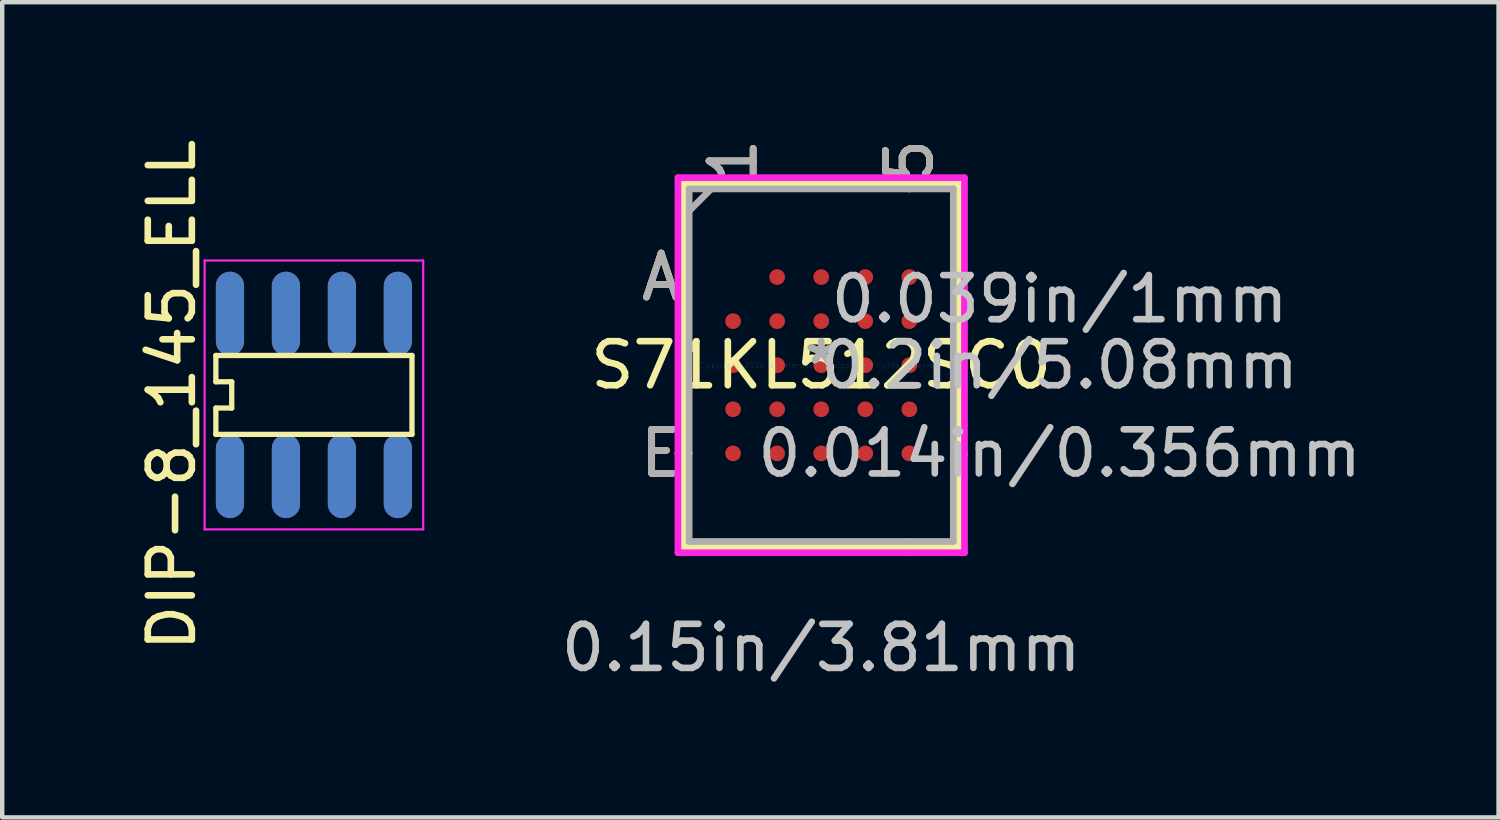
<source format=kicad_pcb>
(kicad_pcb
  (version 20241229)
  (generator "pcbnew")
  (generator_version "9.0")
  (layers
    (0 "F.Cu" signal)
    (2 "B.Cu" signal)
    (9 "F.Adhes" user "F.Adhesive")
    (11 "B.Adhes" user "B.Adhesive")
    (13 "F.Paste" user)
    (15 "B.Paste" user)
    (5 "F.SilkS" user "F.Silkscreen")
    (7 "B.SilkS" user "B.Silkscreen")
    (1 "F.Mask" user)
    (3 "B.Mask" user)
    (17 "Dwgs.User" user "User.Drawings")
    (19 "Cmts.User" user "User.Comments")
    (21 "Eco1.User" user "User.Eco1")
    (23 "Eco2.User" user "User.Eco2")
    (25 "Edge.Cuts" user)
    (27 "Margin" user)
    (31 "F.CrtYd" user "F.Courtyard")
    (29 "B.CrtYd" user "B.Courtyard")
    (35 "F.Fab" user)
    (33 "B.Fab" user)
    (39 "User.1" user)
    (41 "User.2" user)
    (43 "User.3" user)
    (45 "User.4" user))
  (footprint "S71KL512SC0"
    (layer "F.Cu")
    (at 15.584 5.237)
    (property "Reference" "S71KL512SC0" (at 0 0 0) (layer "F.SilkS") (effects (font (size 1 1) (thickness 0.15))))
    (attr through_hole)
    (fp_line (start -3.124 -4.128) (end -3.124 4.128) (stroke (width 0.152) (type solid)) (layer "F.SilkS"))
    (fp_line (start -3.124 4.128) (end 3.124 4.128) (stroke (width 0.152) (type solid)) (layer "F.SilkS"))
    (fp_line (start -2.997 2) (end -3.251 2) (stroke (width 0.152) (type solid)) (layer "F.SilkS"))
    (fp_line (start 2 -4) (end 2 -4.255) (stroke (width 0.152) (type solid)) (layer "F.SilkS"))
    (fp_line (start 2 4) (end 2 4.255) (stroke (width 0.152) (type solid)) (layer "F.SilkS"))
    (fp_line (start 2.997 2) (end 3.251 2) (stroke (width 0.152) (type solid)) (layer "F.SilkS"))
    (fp_line (start 3.124 -4.128) (end -3.124 -4.128) (stroke (width 0.152) (type solid)) (layer "F.SilkS"))
    (fp_line (start 3.124 4.128) (end 3.124 -4.128) (stroke (width 0.152) (type solid)) (layer "F.SilkS"))
    (fp_line (start -3.251 -4.255) (end 3.251 -4.255) (stroke (width 0.152) (type solid)) (layer "F.CrtYd"))
    (fp_line (start -3.251 4.255) (end -3.251 -4.255) (stroke (width 0.152) (type solid)) (layer "F.CrtYd"))
    (fp_line (start 3.251 -4.255) (end 3.251 4.255) (stroke (width 0.152) (type solid)) (layer "F.CrtYd"))
    (fp_line (start 3.251 4.255) (end -3.251 4.255) (stroke (width 0.152) (type solid)) (layer "F.CrtYd"))
    (fp_line (start -2.997 -4) (end -2.997 4) (stroke (width 0.152) (type solid)) (layer "F.Fab"))
    (fp_line (start -2.997 4) (end 2.997 4) (stroke (width 0.152) (type solid)) (layer "F.Fab"))
    (fp_line (start -2.497 -4) (end -2.997 -3.501) (stroke (width 0.152) (type solid)) (layer "F.Fab"))
    (fp_line (start 2.997 -4) (end -2.997 -4) (stroke (width 0.152) (type solid)) (layer "F.Fab"))
    (fp_line (start 2.997 4) (end 2.997 -4) (stroke (width 0.152) (type solid)) (layer "F.Fab"))
    (fp_text user "5" (at 2 -4.636 90) (layer "F.SilkS") (effects (font (size 1 1) (thickness 0.15))))
    (fp_text user "A" (at -3.632 -2 0) (layer "F.SilkS") (effects (font (size 1 1) (thickness 0.15))))
    (fp_text user "E" (at -3.632 2 0) (layer "F.SilkS") (effects (font (size 1 1) (thickness 0.15))))
    (fp_text user "*" (at 0 0 0) (layer "F.SilkS") (effects (font (size 1 1) (thickness 0.15))))
    (fp_text user "1" (at -2 -4.636 90) (layer "F.SilkS") (effects (font (size 1 1) (thickness 0.15))))
    (fp_text user "5" (at 2 -4.636 90) (layer "B.SilkS") (effects (font (size 1 1) (thickness 0.15))))
    (fp_text user "1" (at -2 -4.636 90) (layer "B.SilkS") (effects (font (size 1 1) (thickness 0.15))))
    (fp_text user "A" (at -3.632 -2 0) (layer "B.SilkS") (effects (font (size 1 1) (thickness 0.15))))
    (fp_text user "E" (at -3.632 2 0) (layer "B.SilkS") (effects (font (size 1 1) (thickness 0.15))))
    (fp_text user "0.014in/0.356mm" (at 5.41 2 0) (layer "Dwgs.User") (effects (font (size 1 1) (thickness 0.15))))
    (fp_text user "0.2in/5.08mm" (at 5.41 0 0) (layer "Dwgs.User") (effects (font (size 1 1) (thickness 0.15))))
    (fp_text user "0.15in/3.81mm" (at 0 6.413 0) (layer "Dwgs.User") (effects (font (size 1 1) (thickness 0.15))))
    (fp_text user "0.039in/1mm" (at 5.41 -1.5 0) (layer "Dwgs.User") (effects (font (size 1 1) (thickness 0.15))))
    (fp_text user "Copyright 2016 Accelerated Designs. All rights reserved." (at 0 0 0) (layer "Cmts.User") (effects (font (size 0.127 0.127) (thickness 0.002))))
    (fp_text user "A" (at -3.632 -2 0) (layer "F.Fab") (effects (font (size 1 1) (thickness 0.15))))
    (fp_text user "5" (at 2 -4.636 90) (layer "F.Fab") (effects (font (size 1 1) (thickness 0.15))))
    (fp_text user "1" (at -2 -4.636 90) (layer "F.Fab") (effects (font (size 1 1) (thickness 0.15))))
    (fp_text user "E" (at -3.632 2 0) (layer "F.Fab") (effects (font (size 1 1) (thickness 0.15))))
    (fp_text user "*" (at 0 0 0) (layer "F.Fab") (effects (font (size 1 1) (thickness 0.15))))
    (pad "A2" smd circle (at -1 -2) (size 0.356 0.356) (layers "F.Cu" "F.Mask" "F.Paste"))
    (pad "A3" smd circle (at 0 -2) (size 0.356 0.356) (layers "F.Cu" "F.Mask" "F.Paste"))
    (pad "A4" smd circle (at 1 -2) (size 0.356 0.356) (layers "F.Cu" "F.Mask" "F.Paste"))
    (pad "A5" smd circle (at 2 -2) (size 0.356 0.356) (layers "F.Cu" "F.Mask" "F.Paste"))
    (pad "B1" smd circle (at -2 -1) (size 0.356 0.356) (layers "F.Cu" "F.Mask" "F.Paste"))
    (pad "B2" smd circle (at -1 -1) (size 0.356 0.356) (layers "F.Cu" "F.Mask" "F.Paste"))
    (pad "B3" smd circle (at 0 -1) (size 0.356 0.356) (layers "F.Cu" "F.Mask" "F.Paste"))
    (pad "B4" smd circle (at 1 -1) (size 0.356 0.356) (layers "F.Cu" "F.Mask" "F.Paste"))
    (pad "B5" smd circle (at 2 -1) (size 0.356 0.356) (layers "F.Cu" "F.Mask" "F.Paste"))
    (pad "C1" smd circle (at -2 0) (size 0.356 0.356) (layers "F.Cu" "F.Mask" "F.Paste"))
    (pad "C2" smd circle (at -1 0) (size 0.356 0.356) (layers "F.Cu" "F.Mask" "F.Paste"))
    (pad "C3" smd circle (at 0 0) (size 0.356 0.356) (layers "F.Cu" "F.Mask" "F.Paste"))
    (pad "C4" smd circle (at 1 0) (size 0.356 0.356) (layers "F.Cu" "F.Mask" "F.Paste"))
    (pad "C5" smd circle (at 2 0) (size 0.356 0.356) (layers "F.Cu" "F.Mask" "F.Paste"))
    (pad "D1" smd circle (at -2 1) (size 0.356 0.356) (layers "F.Cu" "F.Mask" "F.Paste"))
    (pad "D2" smd circle (at -1 1) (size 0.356 0.356) (layers "F.Cu" "F.Mask" "F.Paste"))
    (pad "D3" smd circle (at 0 1) (size 0.356 0.356) (layers "F.Cu" "F.Mask" "F.Paste"))
    (pad "D4" smd circle (at 1 1) (size 0.356 0.356) (layers "F.Cu" "F.Mask" "F.Paste"))
    (pad "D5" smd circle (at 2 1) (size 0.356 0.356) (layers "F.Cu" "F.Mask" "F.Paste"))
    (pad "E1" smd circle (at -2 2) (size 0.356 0.356) (layers "F.Cu" "F.Mask" "F.Paste"))
    (pad "E2" smd circle (at -1 2) (size 0.356 0.356) (layers "F.Cu" "F.Mask" "F.Paste"))
    (pad "E3" smd circle (at 0 2) (size 0.356 0.356) (layers "F.Cu" "F.Mask" "F.Paste"))
    (pad "E4" smd circle (at 1 2) (size 0.356 0.356) (layers "F.Cu" "F.Mask" "F.Paste"))
    (pad "E5" smd circle (at 2 2) (size 0.356 0.356) (layers "F.Cu" "F.Mask" "F.Paste")))
  (footprint "DIP-8_145_ELL"
    (layer "F.Cu")
    (at 4.073 5.911)
    (property "Reference" "DIP-8_145_ELL" (at -3.225 0 90) (layer "F.SilkS") (effects (font (size 1 1) (thickness 0.15))))
    (attr through_hole)
    (fp_line (start -2.225 -0.895) (end -2.225 -0.298) (stroke (width 0.12) (type solid)) (layer "F.SilkS"))
    (fp_line (start -2.225 -0.298) (end -1.865 -0.298) (stroke (width 0.12) (type solid)) (layer "F.SilkS"))
    (fp_line (start -2.225 0.298) (end -2.225 0.895) (stroke (width 0.12) (type solid)) (layer "F.SilkS"))
    (fp_line (start -2.225 0.895) (end 2.225 0.895) (stroke (width 0.12) (type solid)) (layer "F.SilkS"))
    (fp_line (start -1.865 -0.298) (end -1.865 0.298) (stroke (width 0.12) (type solid)) (layer "F.SilkS"))
    (fp_line (start -1.865 0.298) (end -2.225 0.298) (stroke (width 0.12) (type solid)) (layer "F.SilkS"))
    (fp_line (start 2.225 -0.895) (end -2.225 -0.895) (stroke (width 0.12) (type solid)) (layer "F.SilkS"))
    (fp_line (start 2.225 0.895) (end 2.225 -0.895) (stroke (width 0.12) (type solid)) (layer "F.SilkS"))
    (fp_line (start -2.48 -3.05) (end 2.48 -3.05) (stroke (width 0.05) (type solid)) (layer "F.CrtYd"))
    (fp_line (start -2.48 3.05) (end -2.48 -3.05) (stroke (width 0.05) (type solid)) (layer "F.CrtYd"))
    (fp_line (start 2.48 -3.05) (end 2.48 3.05) (stroke (width 0.05) (type solid)) (layer "F.CrtYd"))
    (fp_line (start 2.48 3.05) (end -2.48 3.05) (stroke (width 0.05) (type solid)) (layer "F.CrtYd"))
    (pad "1" thru_hole oval (at -1.905 1.845) (size 0.64 1.9) (drill 0.000001) (layers "*.Cu" "*.Mask"))
    (pad "2" thru_hole oval (at -0.635 1.845) (size 0.64 1.9) (drill 0.000001) (layers "*.Cu" "*.Mask"))
    (pad "3" thru_hole oval (at 0.635 1.845) (size 0.64 1.9) (drill 0.000001) (layers "*.Cu" "*.Mask"))
    (pad "4" thru_hole oval (at 1.905 1.845) (size 0.64 1.9) (drill 0.000001) (layers "*.Cu" "*.Mask"))
    (pad "5" thru_hole oval (at 1.905 -1.845) (size 0.64 1.9) (drill 0.000001) (layers "*.Cu" "*.Mask"))
    (pad "6" thru_hole oval (at 0.635 -1.845) (size 0.64 1.9) (drill 0.000001) (layers "*.Cu" "*.Mask"))
    (pad "7" thru_hole oval (at -0.635 -1.845) (size 0.64 1.9) (drill 0.000001) (layers "*.Cu" "*.Mask"))
    (pad "8" thru_hole oval (at -1.905 -1.845) (size 0.64 1.9) (drill 0.000001) (layers "*.Cu" "*.Mask")))
  (gr_rect
    (start -3 -3)
    (end 30.953 15.498)
    (stroke (width 0.1) (type default))
    (fill no)
    (layer "Edge.Cuts")))
</source>
